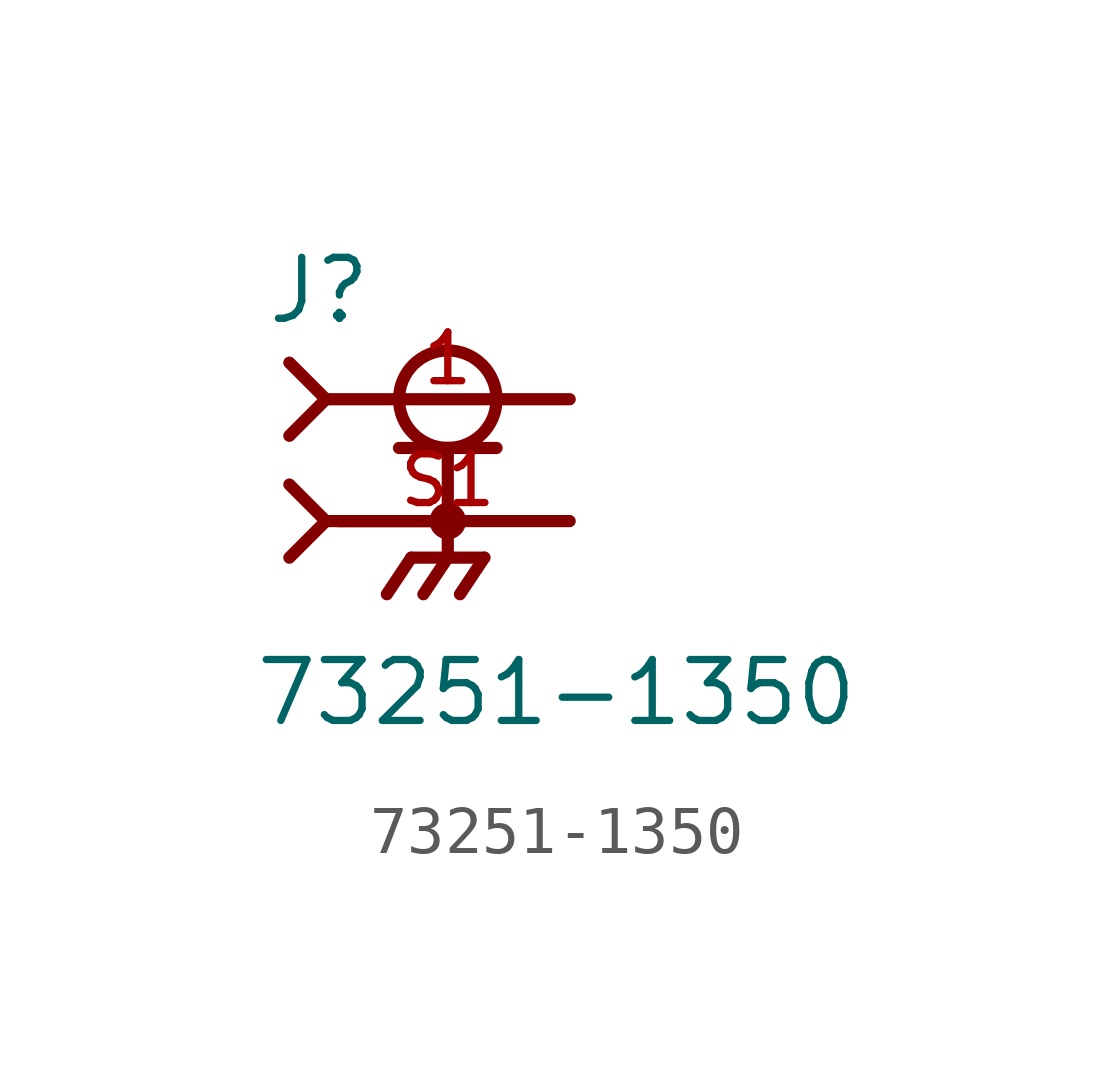
<source format=kicad_sym>
(kicad_symbol_lib
  (version 20211014)
  (generator kicad_symbol_editor)
  (symbol "73251-1350"
    (pin_names
      (offset 1.016))
    (property "Reference" "J"
      (at -3.81 4.064 0)
      (effects (font (size 1.27 1.27)) (justify bottom left)))
    (property "Value" "73251-1350"
      (at -4.064 -4.318 0)
      (effects (font (size 1.27 1.27)) (justify bottom left)))
    (symbol "73251-1350_0_0"
      (circle (center 0.0 2.54) (radius 1.016) (stroke (width 0.254)) (fill (type none)))
      (polyline (pts (xy -1.016 1.524) (xy 0.0 1.524)) (stroke (width 0.254)))
      (polyline (pts (xy 0.0 1.524) (xy 1.016 1.524)) (stroke (width 0.254)))
      (polyline (pts (xy 0.0 0.0) (xy -2.286 0.0)) (stroke (width 0.254)))
      (polyline (pts (xy -3.302 3.302) (xy -2.54 2.54)) (stroke (width 0.254)))
      (polyline (pts (xy -3.302 1.778) (xy -2.54 2.54)) (stroke (width 0.254)))
      (polyline (pts (xy 0.0 1.524) (xy 0.0 0.0)) (stroke (width 0.254)))
      (circle (center 0.0 0.0) (radius 0.254) (stroke (width 0.254)) (fill (type none)))
      (polyline (pts (xy -2.54 2.54) (xy 2.54 2.54)) (stroke (width 0.254)))
      (polyline (pts (xy 2.54 0.0) (xy 0.0 0.0)) (stroke (width 0.254)))
      (polyline (pts (xy 0.0 0.0) (xy 0.0 -0.762)) (stroke (width 0.254)))
      (polyline (pts (xy 0.0 -0.762) (xy -0.762 -0.762)) (stroke (width 0.254)))
      (polyline (pts (xy 0.0 -0.762) (xy 0.762 -0.762)) (stroke (width 0.254)))
      (polyline (pts (xy -0.762 -0.762) (xy -1.27 -1.524)) (stroke (width 0.254)))
      (polyline (pts (xy 0.0 -0.762) (xy -0.508 -1.524)) (stroke (width 0.254)))
      (polyline (pts (xy 0.762 -0.762) (xy 0.254 -1.524)) (stroke (width 0.254)))
      (polyline (pts (xy -3.302 0.762) (xy -2.54 0.0)) (stroke (width 0.254)))
      (polyline (pts (xy -3.302 -0.762) (xy -2.54 0.0)) (stroke (width 0.254)))
      (polyline (pts (xy -2.54 0.0) (xy 0.0 0.0)) (stroke (width 0.254)))
      (pin passive line (at 2.54 2.54 180.0) (length 5.08) (name "~" (effects (font (size 1.016 1.016)))) (number "1" (effects (font (size 1.016 1.016)))))
      (pin passive line (at 2.54 0.0 180.0) (length 5.08) (name "~" (effects (font (size 1.016 1.016)))) (number "S1" (effects (font (size 1.016 1.016))))))))
</source>
